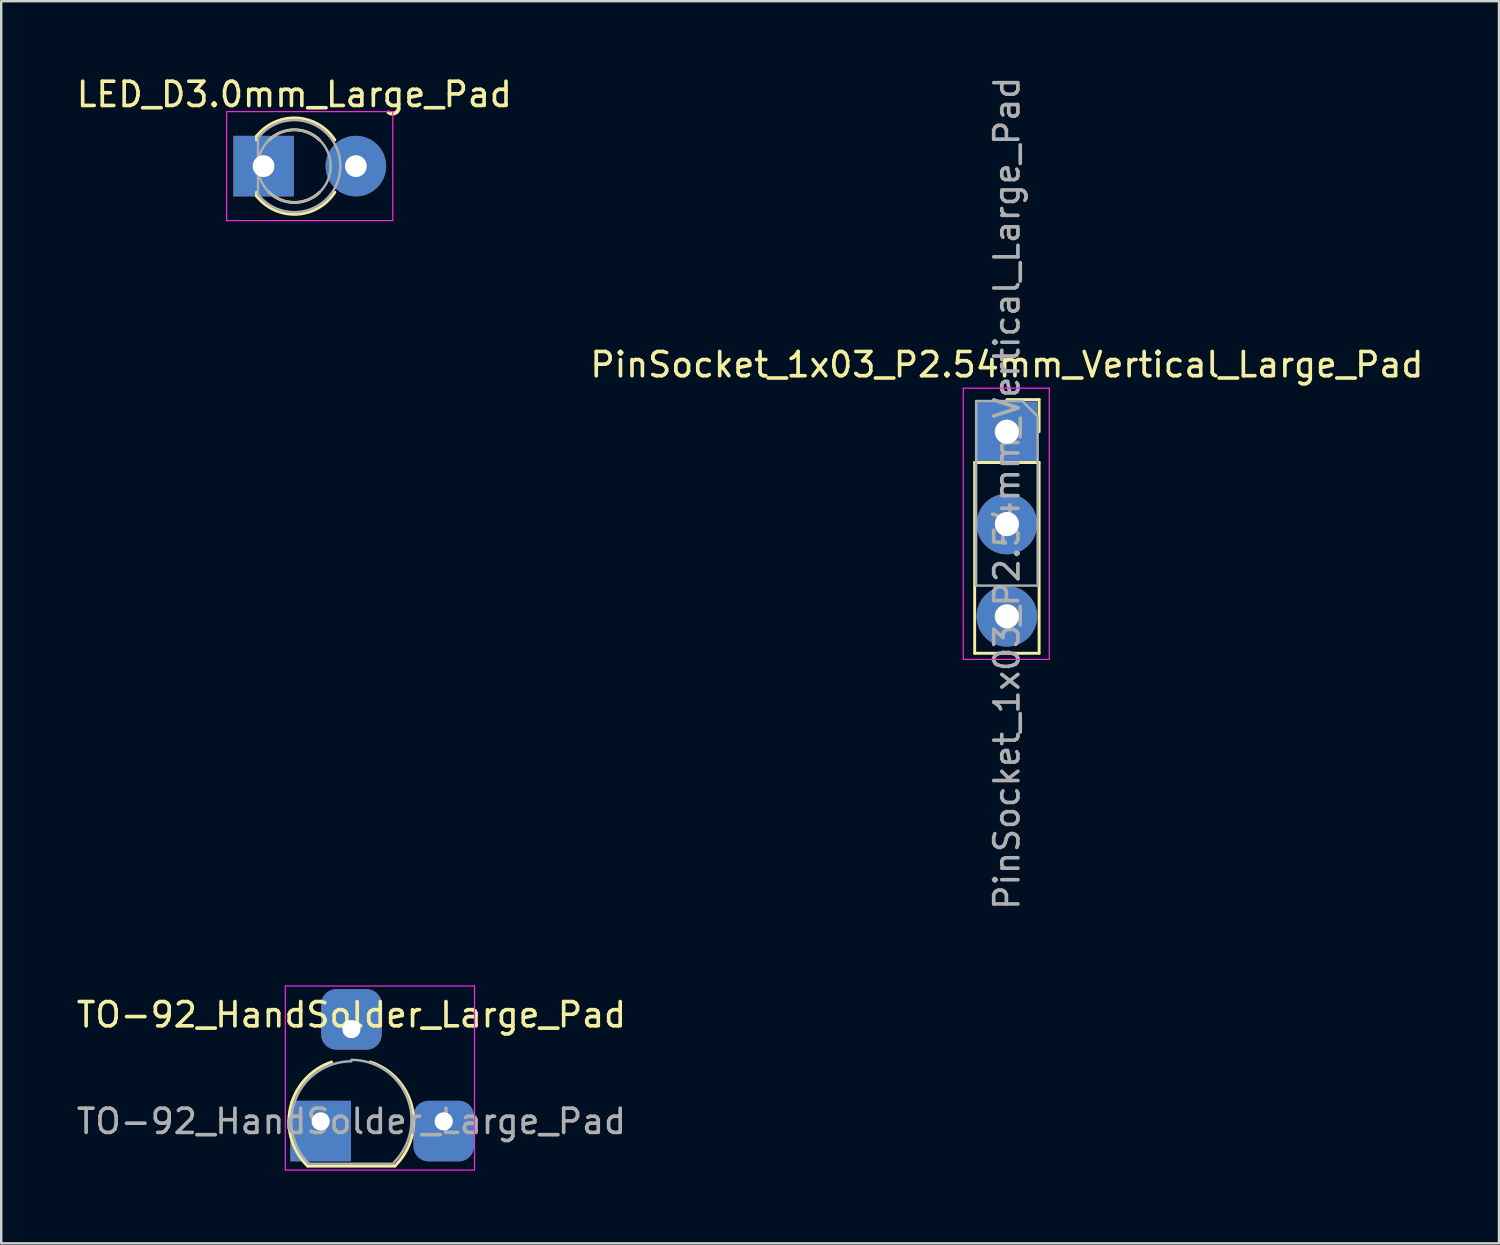
<source format=kicad_pcb>
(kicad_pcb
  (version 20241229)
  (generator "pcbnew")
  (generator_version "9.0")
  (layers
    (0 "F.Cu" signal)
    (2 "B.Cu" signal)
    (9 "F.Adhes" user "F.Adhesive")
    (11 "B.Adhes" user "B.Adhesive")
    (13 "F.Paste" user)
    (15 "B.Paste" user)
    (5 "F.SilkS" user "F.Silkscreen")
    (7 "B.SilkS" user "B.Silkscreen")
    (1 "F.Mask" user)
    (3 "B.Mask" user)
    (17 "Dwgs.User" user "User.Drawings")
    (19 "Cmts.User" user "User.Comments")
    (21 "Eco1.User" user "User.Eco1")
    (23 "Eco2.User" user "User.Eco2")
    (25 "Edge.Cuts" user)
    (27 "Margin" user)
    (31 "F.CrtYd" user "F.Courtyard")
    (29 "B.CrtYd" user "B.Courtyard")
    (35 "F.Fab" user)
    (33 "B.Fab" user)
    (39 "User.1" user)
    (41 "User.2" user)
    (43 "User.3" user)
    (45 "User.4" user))
  (footprint "PinSocket_1x03_P2.54mm_Vertical_Large_Pad"
    (layer "F.Cu")
    (at 38.518 14.775)
    (property "Reference" "PinSocket_1x03_P2.54mm_Vertical_Large_Pad" (at 0 -2.77 0) (layer "F.SilkS") (effects (font (size 1 1) (thickness 0.15))))
    (attr through_hole)
    (fp_line (start -1.33 1.27) (end -1.33 9.144) (stroke (width 0.12) (type solid)) (layer "F.SilkS"))
    (fp_line (start -1.33 1.27) (end 1.33 1.27) (stroke (width 0.12) (type solid)) (layer "F.SilkS"))
    (fp_line (start -1.33 9.144) (end 1.33 9.144) (stroke (width 0.12) (type solid)) (layer "F.SilkS"))
    (fp_line (start 0 -1.33) (end 1.33 -1.33) (stroke (width 0.12) (type solid)) (layer "F.SilkS"))
    (fp_line (start 1.33 -1.33) (end 1.33 0) (stroke (width 0.12) (type solid)) (layer "F.SilkS"))
    (fp_line (start 1.33 1.27) (end 1.33 9.144) (stroke (width 0.12) (type solid)) (layer "F.SilkS"))
    (fp_line (start -1.8 -1.8) (end 1.75 -1.8) (stroke (width 0.05) (type solid)) (layer "F.CrtYd"))
    (fp_line (start -1.8 9.398) (end -1.8 -1.8) (stroke (width 0.05) (type solid)) (layer "F.CrtYd"))
    (fp_line (start 1.75 -1.8) (end 1.75 9.398) (stroke (width 0.05) (type solid)) (layer "F.CrtYd"))
    (fp_line (start 1.75 9.398) (end -1.8 9.398) (stroke (width 0.05) (type solid)) (layer "F.CrtYd"))
    (fp_line (start -1.27 -1.27) (end 0.635 -1.27) (stroke (width 0.1) (type solid)) (layer "F.Fab"))
    (fp_line (start -1.27 6.35) (end -1.27 -1.27) (stroke (width 0.1) (type solid)) (layer "F.Fab"))
    (fp_line (start 0.635 -1.27) (end 1.27 -0.635) (stroke (width 0.1) (type solid)) (layer "F.Fab"))
    (fp_line (start 1.27 -0.635) (end 1.27 6.35) (stroke (width 0.1) (type solid)) (layer "F.Fab"))
    (fp_line (start 1.27 6.35) (end -1.27 6.35) (stroke (width 0.1) (type solid)) (layer "F.Fab"))
    (fp_text user "${REFERENCE}" (at 0 2.54 90) (layer "F.Fab") (effects (font (size 1 1) (thickness 0.15))))
    (pad "1" thru_hole rect (at 0 0) (size 2.5 2.5) (drill 1) (layers "*.Cu" "*.Mask"))
    (pad "2" thru_hole oval (at 0 3.81) (size 2.5 2.5) (drill 1) (layers "*.Cu" "*.Mask"))
    (pad "3" thru_hole oval (at 0 7.62) (size 2.5 2.5) (drill 1) (layers "*.Cu" "*.Mask")))
  (footprint "LED_D3.0mm_Large_Pad"
    (layer "F.Cu")
    (at 7.831 3.808)
    (property "Reference" "LED_D3.0mm_Large_Pad" (at 1.27 -2.96 0) (layer "F.SilkS") (effects (font (size 1 1) (thickness 0.15))))
    (attr through_hole)
    (fp_line (start -0.29 -1.236) (end -0.29 -1.08) (stroke (width 0.12) (type solid)) (layer "F.SilkS"))
    (fp_line (start -0.29 1.08) (end -0.29 1.236) (stroke (width 0.12) (type solid)) (layer "F.SilkS"))
    (fp_arc (start -0.29 -1.235516) (mid 1.366487 -1.987659) (end 2.942335 -1.078608) (stroke (width 0.12) (type solid)) (layer "F.SilkS"))
    (fp_arc (start 0.229039 -1.08) (mid 1.270117 -1.5) (end 2.31113 -1.079837) (stroke (width 0.12) (type solid)) (layer "F.SilkS"))
    (fp_arc (start 2.31113 1.079837) (mid 1.270117 1.5) (end 0.229039 1.08) (stroke (width 0.12) (type solid)) (layer "F.SilkS"))
    (fp_arc (start 2.942335 1.078608) (mid 1.366487 1.987659) (end -0.29 1.235516) (stroke (width 0.12) (type solid)) (layer "F.SilkS"))
    (fp_line (start -1.524 -2.25) (end -1.524 2.25) (stroke (width 0.05) (type solid)) (layer "F.CrtYd"))
    (fp_line (start 5.334 -2.25) (end -1.524 -2.25) (stroke (width 0.05) (type solid)) (layer "F.CrtYd"))
    (fp_line (start 5.334 2.25) (end -1.524 2.25) (stroke (width 0.05) (type solid)) (layer "F.CrtYd"))
    (fp_line (start 5.334 2.25) (end 5.334 -2.25) (stroke (width 0.05) (type solid)) (layer "F.CrtYd"))
    (fp_line (start -0.23 -1.166) (end -0.23 1.166) (stroke (width 0.1) (type solid)) (layer "F.Fab"))
    (fp_arc (start -0.23 -1.16619) (mid 3.17 0.000452) (end -0.230555 1.165476) (stroke (width 0.1) (type solid)) (layer "F.Fab"))
    (fp_circle (center 1.27 0) (end 2.77 0) (stroke (width 0.1) (type solid)) (fill no) (layer "F.Fab"))
    (pad "1" thru_hole rect (at 0 0) (size 2.5 2.5) (drill 0.9) (layers "*.Cu" "*.Mask"))
    (pad "2" thru_hole oval (at 3.81 0) (size 2.5 2.5) (drill 0.9) (layers "*.Cu" "*.Mask")))
  (footprint "TO-92_HandSolder_Large_Pad"
    (layer "F.Cu")
    (at 10.188 43.244)
    (property "Reference" "TO-92_HandSolder_Large_Pad" (at 1.27 -4.4 0) (layer "F.SilkS") (effects (font (size 1 1) (thickness 0.15))))
    (attr through_hole)
    (fp_line (start -0.53 1.85) (end 3.07 1.85) (stroke (width 0.12) (type solid)) (layer "F.SilkS"))
    (fp_arc (start -0.541875 1.841741) (mid -1.247231 -0.581764) (end 0.45 -2.45) (stroke (width 0.12) (type solid)) (layer "F.SilkS"))
    (fp_arc (start 2.05 -2.45) (mid 3.769931 -0.601036) (end 3.078445 1.827684) (stroke (width 0.12) (type solid)) (layer "F.SilkS"))
    (fp_line (start -1.46 -5.588) (end -1.46 2.01) (stroke (width 0.05) (type solid)) (layer "F.CrtYd"))
    (fp_line (start -1.46 -5.588) (end 6.35 -5.588) (stroke (width 0.05) (type solid)) (layer "F.CrtYd"))
    (fp_line (start 6.35 2.01) (end -1.46 2.01) (stroke (width 0.05) (type solid)) (layer "F.CrtYd"))
    (fp_line (start 6.35 2.01) (end 6.35 -5.588) (stroke (width 0.05) (type solid)) (layer "F.CrtYd"))
    (fp_line (start -0.5 1.75) (end 3 1.75) (stroke (width 0.1) (type solid)) (layer "F.Fab"))
    (fp_arc (start -0.483625 1.753625) (mid -1.021221 -0.949055) (end 1.27 -2.48) (stroke (width 0.1) (type solid)) (layer "F.Fab"))
    (fp_arc (start 1.27 -2.54) (mid 3.561221 -1.009055) (end 3.023625 1.693625) (stroke (width 0.1) (type solid)) (layer "F.Fab"))
    (fp_text user "${REFERENCE}" (at 1.27 0 0) (layer "F.Fab") (effects (font (size 1 1) (thickness 0.15))))
    (pad "1" thru_hole rect (at 0 0) (size 2.5 2.5) (drill 0.75 (offset 0 0.4)) (layers "*.Cu" "*.Mask"))
    (pad "2" thru_hole roundrect (at 1.27 -3.81) (size 2.5 2.5) (drill 0.75 (offset 0 -0.4)) (layers "*.Cu" "*.Mask") (roundrect_rratio 0.25))
    (pad "3" thru_hole roundrect (at 5.08 0) (size 2.5 2.5) (drill 0.75 (offset 0 0.4)) (layers "*.Cu" "*.Mask") (roundrect_rratio 0.25)))
  (gr_rect
    (start -3 -3)
    (end 58.833 48.279)
    (stroke (width 0.1) (type default))
    (fill no)
    (layer "Edge.Cuts")))
</source>
